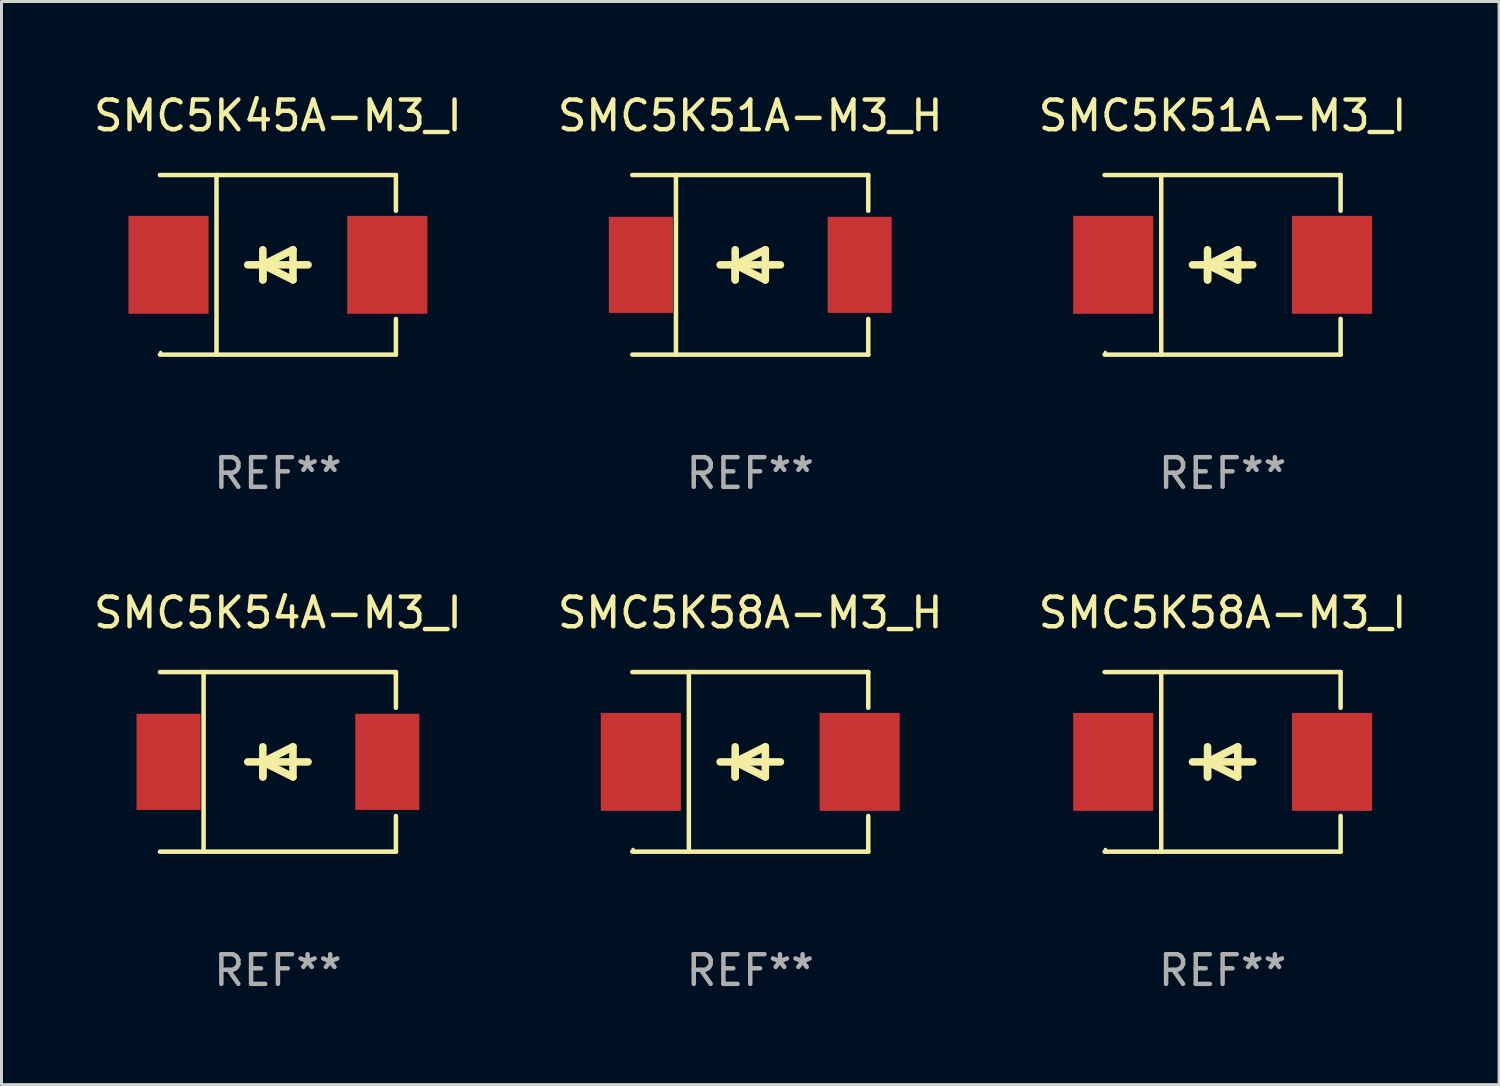
<source format=kicad_pcb>
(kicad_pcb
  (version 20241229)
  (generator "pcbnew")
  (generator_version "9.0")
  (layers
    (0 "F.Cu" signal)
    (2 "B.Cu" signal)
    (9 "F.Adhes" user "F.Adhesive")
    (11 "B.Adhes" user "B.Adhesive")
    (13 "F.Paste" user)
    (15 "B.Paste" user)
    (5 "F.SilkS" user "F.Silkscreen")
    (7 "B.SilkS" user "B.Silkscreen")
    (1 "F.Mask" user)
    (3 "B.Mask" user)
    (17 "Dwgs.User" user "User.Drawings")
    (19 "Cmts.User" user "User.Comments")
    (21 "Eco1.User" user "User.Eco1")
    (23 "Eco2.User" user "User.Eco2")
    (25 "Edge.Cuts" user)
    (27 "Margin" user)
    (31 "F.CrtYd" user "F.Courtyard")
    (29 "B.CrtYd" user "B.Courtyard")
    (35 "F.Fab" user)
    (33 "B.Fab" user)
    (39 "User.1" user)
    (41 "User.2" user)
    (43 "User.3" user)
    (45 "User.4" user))
  (footprint "SMC5K58A-M3_H"
    (layer "F.Cu")
    (at 22.232 22.623)
    (property "Reference" "SMC5K58A-M3_H" (at 0 -5.026 0) (layer "F.SilkS") (effects (font (size 1 1) (thickness 0.15))))
    (attr through_hole)
    (fp_line (start -3.976 -3.026) (end 3.976 -3.026) (stroke (width 0.152) (type solid)) (layer "F.SilkS"))
    (fp_line (start -3.976 3.026) (end 3.976 3.026) (stroke (width 0.152) (type solid)) (layer "F.SilkS"))
    (fp_line (start -2.069 -3.026) (end -2.069 3.026) (stroke (width 0.152) (type solid)) (layer "F.SilkS"))
    (fp_line (start -0.508 0) (end -0.508 0.508) (stroke (width 0.254) (type solid)) (layer "F.SilkS"))
    (fp_line (start -0.508 0) (end 0.508 0.508) (stroke (width 0.254) (type solid)) (layer "F.SilkS"))
    (fp_line (start -0.508 0.508) (end -0.508 -0.508) (stroke (width 0.254) (type solid)) (layer "F.SilkS"))
    (fp_line (start 0.508 -0.508) (end -0.508 0) (stroke (width 0.254) (type solid)) (layer "F.SilkS"))
    (fp_line (start 0.508 0.508) (end 0.508 -0.508) (stroke (width 0.254) (type solid)) (layer "F.SilkS"))
    (fp_line (start 1.016 0) (end -1.016 0) (stroke (width 0.254) (type solid)) (layer "F.SilkS"))
    (fp_line (start 3.976 -3.026) (end 3.976 -1.823) (stroke (width 0.152) (type solid)) (layer "F.SilkS"))
    (fp_line (start 3.976 3.026) (end 3.976 1.823) (stroke (width 0.152) (type solid)) (layer "F.SilkS"))
    (fp_circle (center -3.95 2.95) (end -3.92 2.95) (stroke (width 0.06) (type solid)) (fill no) (layer "F.SilkS"))
    (fp_text user "REF**" (at 0 7.026 0) (layer "F.Fab") (effects (font (size 1 1) (thickness 0.15))))
    (pad "1" smd rect (at -3.686 0) (size 2.7 3.3) (layers "F.Cu" "F.Mask" "F.Paste"))
    (pad "2" smd rect (at 3.686 0) (size 2.7 3.3) (layers "F.Cu" "F.Mask" "F.Paste")))
  (footprint "SMC5K45A-M3_I"
    (layer "F.Cu")
    (at 6.315 5.874)
    (property "Reference" "SMC5K45A-M3_I" (at 0 -5.026 0) (layer "F.SilkS") (effects (font (size 1 1) (thickness 0.15))))
    (attr through_hole)
    (fp_line (start -3.976 -3.026) (end 3.976 -3.026) (stroke (width 0.152) (type solid)) (layer "F.SilkS"))
    (fp_line (start -3.976 3.026) (end 3.976 3.026) (stroke (width 0.152) (type solid)) (layer "F.SilkS"))
    (fp_line (start -2.069 -3.026) (end -2.069 3.026) (stroke (width 0.152) (type solid)) (layer "F.SilkS"))
    (fp_line (start -0.508 0) (end -0.508 0.508) (stroke (width 0.254) (type solid)) (layer "F.SilkS"))
    (fp_line (start -0.508 0) (end 0.508 0.508) (stroke (width 0.254) (type solid)) (layer "F.SilkS"))
    (fp_line (start -0.508 0.508) (end -0.508 -0.508) (stroke (width 0.254) (type solid)) (layer "F.SilkS"))
    (fp_line (start 0.508 -0.508) (end -0.508 0) (stroke (width 0.254) (type solid)) (layer "F.SilkS"))
    (fp_line (start 0.508 0.508) (end 0.508 -0.508) (stroke (width 0.254) (type solid)) (layer "F.SilkS"))
    (fp_line (start 1.016 0) (end -1.016 0) (stroke (width 0.254) (type solid)) (layer "F.SilkS"))
    (fp_line (start 3.976 -3.026) (end 3.976 -1.823) (stroke (width 0.152) (type solid)) (layer "F.SilkS"))
    (fp_line (start 3.976 3.026) (end 3.976 1.823) (stroke (width 0.152) (type solid)) (layer "F.SilkS"))
    (fp_circle (center -3.95 2.95) (end -3.92 2.95) (stroke (width 0.06) (type solid)) (fill no) (layer "F.SilkS"))
    (fp_text user "REF**" (at 0 7.026 0) (layer "F.Fab") (effects (font (size 1 1) (thickness 0.15))))
    (pad "1" smd rect (at -3.686 0) (size 2.7 3.3) (layers "F.Cu" "F.Mask" "F.Paste"))
    (pad "2" smd rect (at 3.686 0) (size 2.7 3.3) (layers "F.Cu" "F.Mask" "F.Paste")))
  (footprint "SMC5K51A-M3_H"
    (layer "F.Cu")
    (at 22.232 5.874)
    (property "Reference" "SMC5K51A-M3_H" (at 0 -5.026 0) (layer "F.SilkS") (effects (font (size 1 1) (thickness 0.15))))
    (attr through_hole)
    (fp_line (start -3.976 -3.026) (end 3.976 -3.026) (stroke (width 0.152) (type solid)) (layer "F.SilkS"))
    (fp_line (start -3.976 3.026) (end 3.976 3.026) (stroke (width 0.152) (type solid)) (layer "F.SilkS"))
    (fp_line (start -2.504 -3.026) (end -2.504 3.026) (stroke (width 0.152) (type solid)) (layer "F.SilkS"))
    (fp_line (start -0.508 0) (end -0.508 0.508) (stroke (width 0.254) (type solid)) (layer "F.SilkS"))
    (fp_line (start -0.508 0) (end 0.508 0.508) (stroke (width 0.254) (type solid)) (layer "F.SilkS"))
    (fp_line (start -0.508 0.508) (end -0.508 -0.508) (stroke (width 0.254) (type solid)) (layer "F.SilkS"))
    (fp_line (start 0.508 -0.508) (end -0.508 0) (stroke (width 0.254) (type solid)) (layer "F.SilkS"))
    (fp_line (start 0.508 0.508) (end 0.508 -0.508) (stroke (width 0.254) (type solid)) (layer "F.SilkS"))
    (fp_line (start 1.016 0) (end -1.016 0) (stroke (width 0.254) (type solid)) (layer "F.SilkS"))
    (fp_line (start 3.976 -3.026) (end 3.976 -1.823) (stroke (width 0.152) (type solid)) (layer "F.SilkS"))
    (fp_line (start 3.976 3.026) (end 3.976 1.823) (stroke (width 0.152) (type solid)) (layer "F.SilkS"))
    (fp_circle (center 3.95 -2.95) (end 3.98 -2.95) (stroke (width 0.06) (type solid)) (fill no) (layer "F.SilkS"))
    (fp_text user "REF**" (at 0 7.026 0) (layer "F.Fab") (effects (font (size 1 1) (thickness 0.15))))
    (pad "1" smd rect (at 3.686 0 180) (size 2.158 3.24) (layers "F.Cu" "F.Mask" "F.Paste"))
    (pad "2" smd rect (at -3.686 0 180) (size 2.158 3.24) (layers "F.Cu" "F.Mask" "F.Paste")))
  (footprint "SMC5K58A-M3_I"
    (layer "F.Cu")
    (at 38.149 22.623)
    (property "Reference" "SMC5K58A-M3_I" (at 0 -5.026 0) (layer "F.SilkS") (effects (font (size 1 1) (thickness 0.15))))
    (attr through_hole)
    (fp_line (start -3.976 -3.026) (end 3.976 -3.026) (stroke (width 0.152) (type solid)) (layer "F.SilkS"))
    (fp_line (start -3.976 3.026) (end 3.976 3.026) (stroke (width 0.152) (type solid)) (layer "F.SilkS"))
    (fp_line (start -2.069 -3.026) (end -2.069 3.026) (stroke (width 0.152) (type solid)) (layer "F.SilkS"))
    (fp_line (start -0.508 0) (end -0.508 0.508) (stroke (width 0.254) (type solid)) (layer "F.SilkS"))
    (fp_line (start -0.508 0) (end 0.508 0.508) (stroke (width 0.254) (type solid)) (layer "F.SilkS"))
    (fp_line (start -0.508 0.508) (end -0.508 -0.508) (stroke (width 0.254) (type solid)) (layer "F.SilkS"))
    (fp_line (start 0.508 -0.508) (end -0.508 0) (stroke (width 0.254) (type solid)) (layer "F.SilkS"))
    (fp_line (start 0.508 0.508) (end 0.508 -0.508) (stroke (width 0.254) (type solid)) (layer "F.SilkS"))
    (fp_line (start 1.016 0) (end -1.016 0) (stroke (width 0.254) (type solid)) (layer "F.SilkS"))
    (fp_line (start 3.976 -3.026) (end 3.976 -1.823) (stroke (width 0.152) (type solid)) (layer "F.SilkS"))
    (fp_line (start 3.976 3.026) (end 3.976 1.823) (stroke (width 0.152) (type solid)) (layer "F.SilkS"))
    (fp_circle (center -3.95 2.95) (end -3.92 2.95) (stroke (width 0.06) (type solid)) (fill no) (layer "F.SilkS"))
    (fp_text user "REF**" (at 0 7.026 0) (layer "F.Fab") (effects (font (size 1 1) (thickness 0.15))))
    (pad "1" smd rect (at -3.686 0) (size 2.7 3.3) (layers "F.Cu" "F.Mask" "F.Paste"))
    (pad "2" smd rect (at 3.686 0) (size 2.7 3.3) (layers "F.Cu" "F.Mask" "F.Paste")))
  (footprint "SMC5K54A-M3_I"
    (layer "F.Cu")
    (at 6.315 22.623)
    (property "Reference" "SMC5K54A-M3_I" (at 0 -5.026 0) (layer "F.SilkS") (effects (font (size 1 1) (thickness 0.15))))
    (attr through_hole)
    (fp_line (start -3.976 -3.026) (end 3.976 -3.026) (stroke (width 0.152) (type solid)) (layer "F.SilkS"))
    (fp_line (start -3.976 3.026) (end 3.976 3.026) (stroke (width 0.152) (type solid)) (layer "F.SilkS"))
    (fp_line (start -2.504 -3.026) (end -2.504 3.026) (stroke (width 0.152) (type solid)) (layer "F.SilkS"))
    (fp_line (start -0.508 0) (end -0.508 0.508) (stroke (width 0.254) (type solid)) (layer "F.SilkS"))
    (fp_line (start -0.508 0) (end 0.508 0.508) (stroke (width 0.254) (type solid)) (layer "F.SilkS"))
    (fp_line (start -0.508 0.508) (end -0.508 -0.508) (stroke (width 0.254) (type solid)) (layer "F.SilkS"))
    (fp_line (start 0.508 -0.508) (end -0.508 0) (stroke (width 0.254) (type solid)) (layer "F.SilkS"))
    (fp_line (start 0.508 0.508) (end 0.508 -0.508) (stroke (width 0.254) (type solid)) (layer "F.SilkS"))
    (fp_line (start 1.016 0) (end -1.016 0) (stroke (width 0.254) (type solid)) (layer "F.SilkS"))
    (fp_line (start 3.976 -3.026) (end 3.976 -1.823) (stroke (width 0.152) (type solid)) (layer "F.SilkS"))
    (fp_line (start 3.976 3.026) (end 3.976 1.823) (stroke (width 0.152) (type solid)) (layer "F.SilkS"))
    (fp_circle (center 3.95 -2.95) (end 3.98 -2.95) (stroke (width 0.06) (type solid)) (fill no) (layer "F.SilkS"))
    (fp_text user "REF**" (at 0 7.026 0) (layer "F.Fab") (effects (font (size 1 1) (thickness 0.15))))
    (pad "1" smd rect (at 3.686 0 180) (size 2.158 3.24) (layers "F.Cu" "F.Mask" "F.Paste"))
    (pad "2" smd rect (at -3.686 0 180) (size 2.158 3.24) (layers "F.Cu" "F.Mask" "F.Paste")))
  (footprint "SMC5K51A-M3_I"
    (layer "F.Cu")
    (at 38.149 5.874)
    (property "Reference" "SMC5K51A-M3_I" (at 0 -5.026 0) (layer "F.SilkS") (effects (font (size 1 1) (thickness 0.15))))
    (attr through_hole)
    (fp_line (start -3.976 -3.026) (end 3.976 -3.026) (stroke (width 0.152) (type solid)) (layer "F.SilkS"))
    (fp_line (start -3.976 3.026) (end 3.976 3.026) (stroke (width 0.152) (type solid)) (layer "F.SilkS"))
    (fp_line (start -2.069 -3.026) (end -2.069 3.026) (stroke (width 0.152) (type solid)) (layer "F.SilkS"))
    (fp_line (start -0.508 0) (end -0.508 0.508) (stroke (width 0.254) (type solid)) (layer "F.SilkS"))
    (fp_line (start -0.508 0) (end 0.508 0.508) (stroke (width 0.254) (type solid)) (layer "F.SilkS"))
    (fp_line (start -0.508 0.508) (end -0.508 -0.508) (stroke (width 0.254) (type solid)) (layer "F.SilkS"))
    (fp_line (start 0.508 -0.508) (end -0.508 0) (stroke (width 0.254) (type solid)) (layer "F.SilkS"))
    (fp_line (start 0.508 0.508) (end 0.508 -0.508) (stroke (width 0.254) (type solid)) (layer "F.SilkS"))
    (fp_line (start 1.016 0) (end -1.016 0) (stroke (width 0.254) (type solid)) (layer "F.SilkS"))
    (fp_line (start 3.976 -3.026) (end 3.976 -1.823) (stroke (width 0.152) (type solid)) (layer "F.SilkS"))
    (fp_line (start 3.976 3.026) (end 3.976 1.823) (stroke (width 0.152) (type solid)) (layer "F.SilkS"))
    (fp_circle (center -3.95 2.95) (end -3.92 2.95) (stroke (width 0.06) (type solid)) (fill no) (layer "F.SilkS"))
    (fp_text user "REF**" (at 0 7.026 0) (layer "F.Fab") (effects (font (size 1 1) (thickness 0.15))))
    (pad "1" smd rect (at -3.686 0) (size 2.7 3.3) (layers "F.Cu" "F.Mask" "F.Paste"))
    (pad "2" smd rect (at 3.686 0) (size 2.7 3.3) (layers "F.Cu" "F.Mask" "F.Paste")))
  (gr_rect
    (start -3 -3)
    (end 47.464 33.498)
    (stroke (width 0.1) (type default))
    (fill no)
    (layer "Edge.Cuts")))
</source>
